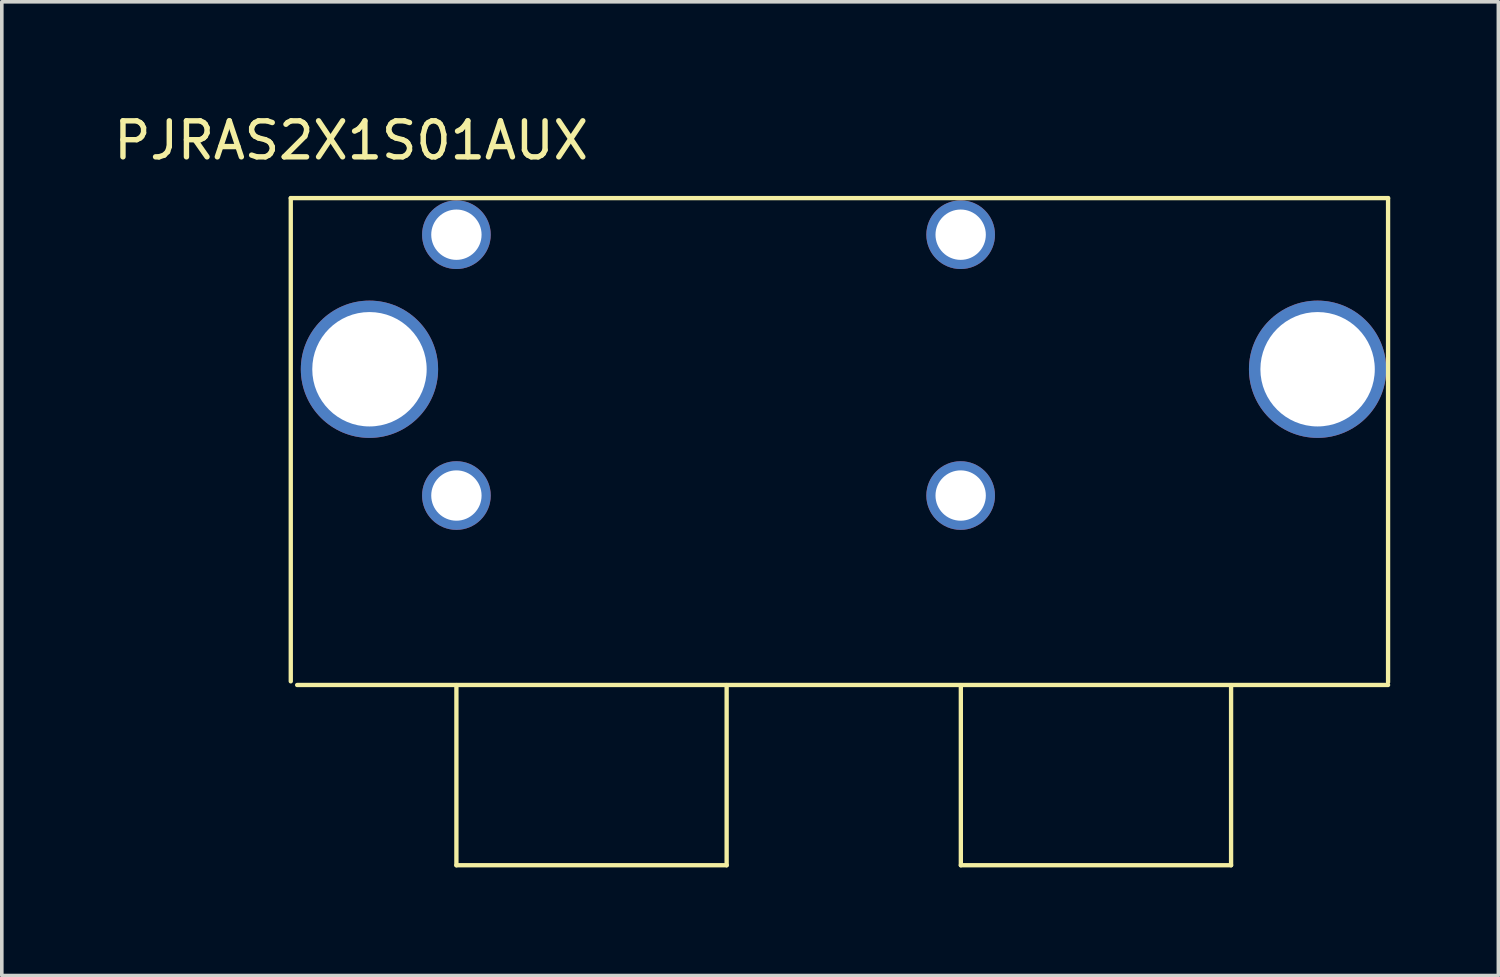
<source format=kicad_pcb>
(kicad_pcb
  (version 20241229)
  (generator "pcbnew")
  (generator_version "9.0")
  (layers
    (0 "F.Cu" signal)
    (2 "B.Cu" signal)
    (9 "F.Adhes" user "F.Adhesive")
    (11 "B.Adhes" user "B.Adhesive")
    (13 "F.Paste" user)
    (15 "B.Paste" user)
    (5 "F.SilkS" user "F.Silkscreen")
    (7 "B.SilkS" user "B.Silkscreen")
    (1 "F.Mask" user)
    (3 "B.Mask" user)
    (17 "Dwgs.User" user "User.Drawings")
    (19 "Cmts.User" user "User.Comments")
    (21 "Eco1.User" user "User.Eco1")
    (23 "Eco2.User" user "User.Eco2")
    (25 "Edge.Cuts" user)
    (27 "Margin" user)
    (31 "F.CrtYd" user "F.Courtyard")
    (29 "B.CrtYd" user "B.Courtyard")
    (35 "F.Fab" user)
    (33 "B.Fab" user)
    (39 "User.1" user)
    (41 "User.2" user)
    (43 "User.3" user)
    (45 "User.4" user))
  (footprint "PJRAS2X1S01AUX"
    (layer "F.Cu")
    (at 9.617 3.464)
    (property "Reference" "PJRAS2X1S01AUX" (at -2.921 -2.616 0) (layer "F.SilkS") (effects (font (size 1 1) (thickness 0.15))))
    (attr through_hole)
    (fp_line (start -4.597 -1.016) (end -4.597 12.395) (stroke (width 0.12) (type solid)) (layer "F.SilkS"))
    (fp_line (start -4.42 12.497) (end 25.857 12.497) (stroke (width 0.12) (type solid)) (layer "F.SilkS"))
    (fp_line (start 0 12.5) (end 0 17.5) (stroke (width 0.12) (type solid)) (layer "F.SilkS"))
    (fp_line (start 0 17.5) (end 7.5 17.5) (stroke (width 0.12) (type solid)) (layer "F.SilkS"))
    (fp_line (start 7.5 17.5) (end 7.5 12.5) (stroke (width 0.12) (type solid)) (layer "F.SilkS"))
    (fp_line (start 14 12.5) (end 14 17.5) (stroke (width 0.12) (type solid)) (layer "F.SilkS"))
    (fp_line (start 14 17.5) (end 21.5 17.5) (stroke (width 0.12) (type solid)) (layer "F.SilkS"))
    (fp_line (start 21.5 17.5) (end 21.5 12.5) (stroke (width 0.12) (type solid)) (layer "F.SilkS"))
    (fp_line (start 25.857 -1.016) (end -4.597 -1.016) (stroke (width 0.12) (type solid)) (layer "F.SilkS"))
    (fp_line (start 25.857 12.421) (end 25.857 -1.016) (stroke (width 0.12) (type solid)) (layer "F.SilkS"))
    (pad "1" thru_hole circle (at 0 0) (size 1.905 1.905) (drill 1.397) (layers "*.Cu" "*.Mask"))
    (pad "2" thru_hole circle (at 0 7.239) (size 1.905 1.905) (drill 1.397) (layers "*.Cu" "*.Mask"))
    (pad "3" thru_hole circle (at 13.995 0) (size 1.905 1.905) (drill 1.397) (layers "*.Cu" "*.Mask"))
    (pad "4" thru_hole circle (at 13.995 7.239) (size 1.905 1.905) (drill 1.397) (layers "*.Cu" "*.Mask"))
    (pad "5" thru_hole circle (at -2.413 3.734) (size 3.81 3.81) (drill 3.175) (layers "*.Cu" "*.Mask"))
    (pad "6" thru_hole circle (at 23.901 3.734) (size 3.81 3.81) (drill 3.175) (layers "*.Cu" "*.Mask")))
  (gr_rect
    (start -3 -3)
    (end 38.535 24.024)
    (stroke (width 0.1) (type default))
    (fill no)
    (layer "Edge.Cuts")))
</source>
